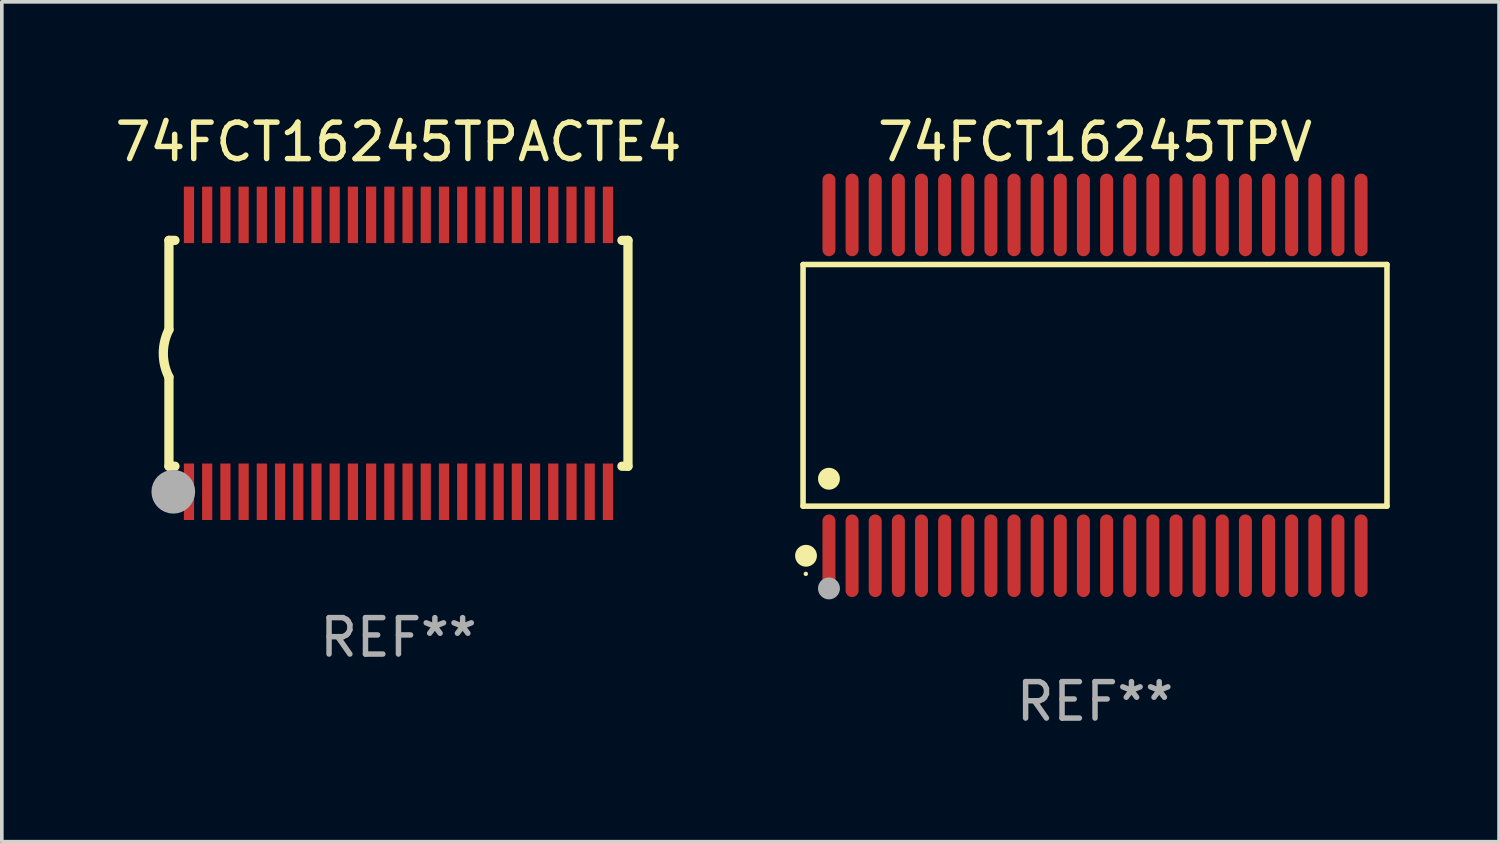
<source format=kicad_pcb>
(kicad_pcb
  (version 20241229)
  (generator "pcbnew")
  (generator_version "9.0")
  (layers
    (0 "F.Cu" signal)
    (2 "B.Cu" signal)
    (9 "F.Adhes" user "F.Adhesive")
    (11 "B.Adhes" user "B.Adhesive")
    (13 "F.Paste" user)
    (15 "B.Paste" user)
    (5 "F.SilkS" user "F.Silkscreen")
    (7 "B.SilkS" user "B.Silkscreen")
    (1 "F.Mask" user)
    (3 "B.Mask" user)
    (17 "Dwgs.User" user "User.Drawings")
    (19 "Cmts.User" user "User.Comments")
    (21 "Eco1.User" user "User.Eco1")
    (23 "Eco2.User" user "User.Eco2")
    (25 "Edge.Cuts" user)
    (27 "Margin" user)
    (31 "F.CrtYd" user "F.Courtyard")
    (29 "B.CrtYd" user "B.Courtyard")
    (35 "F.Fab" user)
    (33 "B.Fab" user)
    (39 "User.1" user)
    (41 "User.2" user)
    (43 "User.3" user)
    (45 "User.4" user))
  (footprint "74FCT16245TPV"
    (layer "F.Cu")
    (at 27.007 7.527)
    (property "Reference" "74FCT16245TPV" (at 0 -6.678 0) (layer "F.SilkS") (effects (font (size 1 1) (thickness 0.15))))
    (attr through_hole)
    (fp_line (start -8.014 -3.316) (end 8.014 -3.316) (stroke (width 0.152) (type solid)) (layer "F.SilkS"))
    (fp_line (start -8.014 3.316) (end -8.014 -3.316) (stroke (width 0.152) (type solid)) (layer "F.SilkS"))
    (fp_line (start 8.014 -3.316) (end 8.014 3.316) (stroke (width 0.152) (type solid)) (layer "F.SilkS"))
    (fp_line (start 8.014 3.316) (end -8.014 3.316) (stroke (width 0.152) (type solid)) (layer "F.SilkS"))
    (fp_circle (center -7.938 5.175) (end -7.908 5.175) (stroke (width 0.06) (type solid)) (fill no) (layer "F.SilkS"))
    (fp_circle (center -7.933 4.678) (end -7.783 4.678) (stroke (width 0.3) (type solid)) (fill no) (layer "F.SilkS"))
    (fp_circle (center -7.303 2.564) (end -7.152 2.564) (stroke (width 0.3) (type solid)) (fill no) (layer "F.SilkS"))
    (fp_circle (center -7.303 5.575) (end -7.152 5.575) (stroke (width 0.3) (type solid)) (fill no) (layer "F.Fab"))
    (fp_text user "REF**" (at 0 8.678 0) (layer "F.Fab") (effects (font (size 1 1) (thickness 0.15))))
    (pad "1" smd oval (at -7.303 4.678) (size 0.356 2.267) (layers "F.Cu" "F.Mask" "F.Paste"))
    (pad "2" smd oval (at -6.668 4.678) (size 0.356 2.267) (layers "F.Cu" "F.Mask" "F.Paste"))
    (pad "3" smd oval (at -6.033 4.678) (size 0.356 2.267) (layers "F.Cu" "F.Mask" "F.Paste"))
    (pad "4" smd oval (at -5.398 4.678) (size 0.356 2.267) (layers "F.Cu" "F.Mask" "F.Paste"))
    (pad "5" smd oval (at -4.763 4.678) (size 0.356 2.267) (layers "F.Cu" "F.Mask" "F.Paste"))
    (pad "6" smd oval (at -4.128 4.678) (size 0.356 2.267) (layers "F.Cu" "F.Mask" "F.Paste"))
    (pad "7" smd oval (at -3.493 4.678) (size 0.356 2.267) (layers "F.Cu" "F.Mask" "F.Paste"))
    (pad "8" smd oval (at -2.858 4.678) (size 0.356 2.267) (layers "F.Cu" "F.Mask" "F.Paste"))
    (pad "9" smd oval (at -2.223 4.678) (size 0.356 2.267) (layers "F.Cu" "F.Mask" "F.Paste"))
    (pad "10" smd oval (at -1.588 4.678) (size 0.356 2.267) (layers "F.Cu" "F.Mask" "F.Paste"))
    (pad "11" smd oval (at -0.953 4.678) (size 0.356 2.267) (layers "F.Cu" "F.Mask" "F.Paste"))
    (pad "12" smd oval (at -0.318 4.678) (size 0.356 2.267) (layers "F.Cu" "F.Mask" "F.Paste"))
    (pad "13" smd oval (at 0.318 4.678) (size 0.356 2.267) (layers "F.Cu" "F.Mask" "F.Paste"))
    (pad "14" smd oval (at 0.953 4.678) (size 0.356 2.267) (layers "F.Cu" "F.Mask" "F.Paste"))
    (pad "15" smd oval (at 1.588 4.678) (size 0.356 2.267) (layers "F.Cu" "F.Mask" "F.Paste"))
    (pad "16" smd oval (at 2.223 4.678) (size 0.356 2.267) (layers "F.Cu" "F.Mask" "F.Paste"))
    (pad "17" smd oval (at 2.858 4.678) (size 0.356 2.267) (layers "F.Cu" "F.Mask" "F.Paste"))
    (pad "18" smd oval (at 3.493 4.678) (size 0.356 2.267) (layers "F.Cu" "F.Mask" "F.Paste"))
    (pad "19" smd oval (at 4.128 4.678) (size 0.356 2.267) (layers "F.Cu" "F.Mask" "F.Paste"))
    (pad "20" smd oval (at 4.763 4.678) (size 0.356 2.267) (layers "F.Cu" "F.Mask" "F.Paste"))
    (pad "21" smd oval (at 5.398 4.678) (size 0.356 2.267) (layers "F.Cu" "F.Mask" "F.Paste"))
    (pad "22" smd oval (at 6.033 4.678) (size 0.356 2.267) (layers "F.Cu" "F.Mask" "F.Paste"))
    (pad "23" smd oval (at 6.668 4.678) (size 0.356 2.267) (layers "F.Cu" "F.Mask" "F.Paste"))
    (pad "24" smd oval (at 7.303 4.678) (size 0.356 2.267) (layers "F.Cu" "F.Mask" "F.Paste"))
    (pad "25" smd oval (at 7.303 -4.678) (size 0.356 2.267) (layers "F.Cu" "F.Mask" "F.Paste"))
    (pad "26" smd oval (at 6.668 -4.678) (size 0.356 2.267) (layers "F.Cu" "F.Mask" "F.Paste"))
    (pad "27" smd oval (at 6.033 -4.678) (size 0.356 2.267) (layers "F.Cu" "F.Mask" "F.Paste"))
    (pad "28" smd oval (at 5.398 -4.678) (size 0.356 2.267) (layers "F.Cu" "F.Mask" "F.Paste"))
    (pad "29" smd oval (at 4.763 -4.678) (size 0.356 2.267) (layers "F.Cu" "F.Mask" "F.Paste"))
    (pad "30" smd oval (at 4.128 -4.678) (size 0.356 2.267) (layers "F.Cu" "F.Mask" "F.Paste"))
    (pad "31" smd oval (at 3.493 -4.678) (size 0.356 2.267) (layers "F.Cu" "F.Mask" "F.Paste"))
    (pad "32" smd oval (at 2.858 -4.678) (size 0.356 2.267) (layers "F.Cu" "F.Mask" "F.Paste"))
    (pad "33" smd oval (at 2.223 -4.678) (size 0.356 2.267) (layers "F.Cu" "F.Mask" "F.Paste"))
    (pad "34" smd oval (at 1.588 -4.678) (size 0.356 2.267) (layers "F.Cu" "F.Mask" "F.Paste"))
    (pad "35" smd oval (at 0.953 -4.678) (size 0.356 2.267) (layers "F.Cu" "F.Mask" "F.Paste"))
    (pad "36" smd oval (at 0.318 -4.678) (size 0.356 2.267) (layers "F.Cu" "F.Mask" "F.Paste"))
    (pad "37" smd oval (at -0.318 -4.678) (size 0.356 2.267) (layers "F.Cu" "F.Mask" "F.Paste"))
    (pad "38" smd oval (at -0.953 -4.678) (size 0.356 2.267) (layers "F.Cu" "F.Mask" "F.Paste"))
    (pad "39" smd oval (at -1.588 -4.678) (size 0.356 2.267) (layers "F.Cu" "F.Mask" "F.Paste"))
    (pad "40" smd oval (at -2.223 -4.678) (size 0.356 2.267) (layers "F.Cu" "F.Mask" "F.Paste"))
    (pad "41" smd oval (at -2.858 -4.678) (size 0.356 2.267) (layers "F.Cu" "F.Mask" "F.Paste"))
    (pad "42" smd oval (at -3.493 -4.678) (size 0.356 2.267) (layers "F.Cu" "F.Mask" "F.Paste"))
    (pad "43" smd oval (at -4.128 -4.678) (size 0.356 2.267) (layers "F.Cu" "F.Mask" "F.Paste"))
    (pad "44" smd oval (at -4.763 -4.678) (size 0.356 2.267) (layers "F.Cu" "F.Mask" "F.Paste"))
    (pad "45" smd oval (at -5.398 -4.678) (size 0.356 2.267) (layers "F.Cu" "F.Mask" "F.Paste"))
    (pad "46" smd oval (at -6.033 -4.678) (size 0.356 2.267) (layers "F.Cu" "F.Mask" "F.Paste"))
    (pad "47" smd oval (at -6.668 -4.678) (size 0.356 2.267) (layers "F.Cu" "F.Mask" "F.Paste"))
    (pad "48" smd oval (at -7.303 -4.678) (size 0.356 2.267) (layers "F.Cu" "F.Mask" "F.Paste")))
  (footprint "74FCT16245TPACTE4"
    (layer "F.Cu")
    (at 7.887 6.648)
    (property "Reference" "74FCT16245TPACTE4" (at 0 -5.8 0) (layer "F.SilkS") (effects (font (size 1 1) (thickness 0.15))))
    (attr through_hole)
    (fp_line (start -6.3 -3.1) (end -6.3 -0.65) (stroke (width 0.254) (type solid)) (layer "F.SilkS"))
    (fp_line (start -6.3 -3.1) (end -6.134 -3.1) (stroke (width 0.254) (type solid)) (layer "F.SilkS"))
    (fp_line (start -6.3 3.1) (end -6.3 0.65) (stroke (width 0.254) (type solid)) (layer "F.SilkS"))
    (fp_line (start -6.3 3.1) (end -6.134 3.1) (stroke (width 0.254) (type solid)) (layer "F.SilkS"))
    (fp_line (start 6.134 -3.1) (end 6.3 -3.1) (stroke (width 0.254) (type solid)) (layer "F.SilkS"))
    (fp_line (start 6.134 3.1) (end 6.3 3.1) (stroke (width 0.254) (type solid)) (layer "F.SilkS"))
    (fp_line (start 6.3 -3.1) (end 6.3 3.1) (stroke (width 0.254) (type solid)) (layer "F.SilkS"))
    (fp_arc (start -6.301016 0.650114) (mid -6.45413 -0.000082) (end -6.3 -0.650038) (stroke (width 0.254001) (type solid)) (layer "F.SilkS"))
    (fp_circle (center -6.35 3.81) (end -6.223 3.81) (stroke (width 0.254) (type solid)) (fill no) (layer "F.SilkS"))
    (fp_circle (center -6.25 4.05) (end -6.22 4.05) (stroke (width 0.06) (type solid)) (fill no) (layer "F.SilkS"))
    (fp_circle (center -6.18 3.8) (end -5.88 3.8) (stroke (width 0.6) (type solid)) (fill no) (layer "F.Fab"))
    (fp_text user "REF**" (at 0 7.8 0) (layer "F.Fab") (effects (font (size 1 1) (thickness 0.15))))
    (pad "1" smd rect (at -5.75 3.8) (size 0.28 1.55) (layers "F.Cu" "F.Mask" "F.Paste"))
    (pad "2" smd rect (at -5.25 3.8) (size 0.28 1.55) (layers "F.Cu" "F.Mask" "F.Paste"))
    (pad "3" smd rect (at -4.75 3.8) (size 0.28 1.55) (layers "F.Cu" "F.Mask" "F.Paste"))
    (pad "4" smd rect (at -4.25 3.8) (size 0.28 1.55) (layers "F.Cu" "F.Mask" "F.Paste"))
    (pad "5" smd rect (at -3.75 3.8) (size 0.28 1.55) (layers "F.Cu" "F.Mask" "F.Paste"))
    (pad "6" smd rect (at -3.25 3.8) (size 0.28 1.55) (layers "F.Cu" "F.Mask" "F.Paste"))
    (pad "7" smd rect (at -2.75 3.8) (size 0.28 1.55) (layers "F.Cu" "F.Mask" "F.Paste"))
    (pad "8" smd rect (at -2.25 3.8) (size 0.28 1.55) (layers "F.Cu" "F.Mask" "F.Paste"))
    (pad "9" smd rect (at -1.75 3.8) (size 0.28 1.55) (layers "F.Cu" "F.Mask" "F.Paste"))
    (pad "10" smd rect (at -1.25 3.8) (size 0.28 1.55) (layers "F.Cu" "F.Mask" "F.Paste"))
    (pad "11" smd rect (at -0.75 3.8) (size 0.28 1.55) (layers "F.Cu" "F.Mask" "F.Paste"))
    (pad "12" smd rect (at -0.25 3.8) (size 0.28 1.55) (layers "F.Cu" "F.Mask" "F.Paste"))
    (pad "13" smd rect (at 0.25 3.8) (size 0.28 1.55) (layers "F.Cu" "F.Mask" "F.Paste"))
    (pad "14" smd rect (at 0.75 3.8) (size 0.28 1.55) (layers "F.Cu" "F.Mask" "F.Paste"))
    (pad "15" smd rect (at 1.25 3.8) (size 0.28 1.55) (layers "F.Cu" "F.Mask" "F.Paste"))
    (pad "16" smd rect (at 1.75 3.8) (size 0.28 1.55) (layers "F.Cu" "F.Mask" "F.Paste"))
    (pad "17" smd rect (at 2.25 3.8) (size 0.28 1.55) (layers "F.Cu" "F.Mask" "F.Paste"))
    (pad "18" smd rect (at 2.75 3.8) (size 0.28 1.55) (layers "F.Cu" "F.Mask" "F.Paste"))
    (pad "19" smd rect (at 3.25 3.8) (size 0.28 1.55) (layers "F.Cu" "F.Mask" "F.Paste"))
    (pad "20" smd rect (at 3.75 3.8) (size 0.28 1.55) (layers "F.Cu" "F.Mask" "F.Paste"))
    (pad "21" smd rect (at 4.25 3.8) (size 0.28 1.55) (layers "F.Cu" "F.Mask" "F.Paste"))
    (pad "22" smd rect (at 4.75 3.8) (size 0.28 1.55) (layers "F.Cu" "F.Mask" "F.Paste"))
    (pad "23" smd rect (at 5.25 3.8) (size 0.28 1.55) (layers "F.Cu" "F.Mask" "F.Paste"))
    (pad "24" smd rect (at 5.75 3.8) (size 0.28 1.55) (layers "F.Cu" "F.Mask" "F.Paste"))
    (pad "25" smd rect (at 5.75 -3.8) (size 0.28 1.55) (layers "F.Cu" "F.Mask" "F.Paste"))
    (pad "26" smd rect (at 5.25 -3.8) (size 0.28 1.55) (layers "F.Cu" "F.Mask" "F.Paste"))
    (pad "27" smd rect (at 4.75 -3.8) (size 0.28 1.55) (layers "F.Cu" "F.Mask" "F.Paste"))
    (pad "28" smd rect (at 4.25 -3.8) (size 0.28 1.55) (layers "F.Cu" "F.Mask" "F.Paste"))
    (pad "29" smd rect (at 3.75 -3.8) (size 0.28 1.55) (layers "F.Cu" "F.Mask" "F.Paste"))
    (pad "30" smd rect (at 3.25 -3.8) (size 0.28 1.55) (layers "F.Cu" "F.Mask" "F.Paste"))
    (pad "31" smd rect (at 2.75 -3.8) (size 0.28 1.55) (layers "F.Cu" "F.Mask" "F.Paste"))
    (pad "32" smd rect (at 2.25 -3.8) (size 0.28 1.55) (layers "F.Cu" "F.Mask" "F.Paste"))
    (pad "33" smd rect (at 1.75 -3.8) (size 0.28 1.55) (layers "F.Cu" "F.Mask" "F.Paste"))
    (pad "34" smd rect (at 1.25 -3.8) (size 0.28 1.55) (layers "F.Cu" "F.Mask" "F.Paste"))
    (pad "35" smd rect (at 0.75 -3.8) (size 0.28 1.55) (layers "F.Cu" "F.Mask" "F.Paste"))
    (pad "36" smd rect (at 0.25 -3.8) (size 0.28 1.55) (layers "F.Cu" "F.Mask" "F.Paste"))
    (pad "37" smd rect (at -0.25 -3.8) (size 0.28 1.55) (layers "F.Cu" "F.Mask" "F.Paste"))
    (pad "38" smd rect (at -0.75 -3.8) (size 0.28 1.55) (layers "F.Cu" "F.Mask" "F.Paste"))
    (pad "39" smd rect (at -1.25 -3.8) (size 0.28 1.55) (layers "F.Cu" "F.Mask" "F.Paste"))
    (pad "40" smd rect (at -1.75 -3.8) (size 0.28 1.55) (layers "F.Cu" "F.Mask" "F.Paste"))
    (pad "41" smd rect (at -2.25 -3.8) (size 0.28 1.55) (layers "F.Cu" "F.Mask" "F.Paste"))
    (pad "42" smd rect (at -2.75 -3.8) (size 0.28 1.55) (layers "F.Cu" "F.Mask" "F.Paste"))
    (pad "43" smd rect (at -3.25 -3.8) (size 0.28 1.55) (layers "F.Cu" "F.Mask" "F.Paste"))
    (pad "44" smd rect (at -3.75 -3.8) (size 0.28 1.55) (layers "F.Cu" "F.Mask" "F.Paste"))
    (pad "45" smd rect (at -4.25 -3.8) (size 0.28 1.55) (layers "F.Cu" "F.Mask" "F.Paste"))
    (pad "46" smd rect (at -4.75 -3.8) (size 0.28 1.55) (layers "F.Cu" "F.Mask" "F.Paste"))
    (pad "47" smd rect (at -5.25 -3.8) (size 0.28 1.55) (layers "F.Cu" "F.Mask" "F.Paste"))
    (pad "48" smd rect (at -5.75 -3.8) (size 0.28 1.55) (layers "F.Cu" "F.Mask" "F.Paste")))
  (gr_rect
    (start -3 -3)
    (end 38.097 20.053)
    (stroke (width 0.1) (type default))
    (fill no)
    (layer "Edge.Cuts")))
</source>
